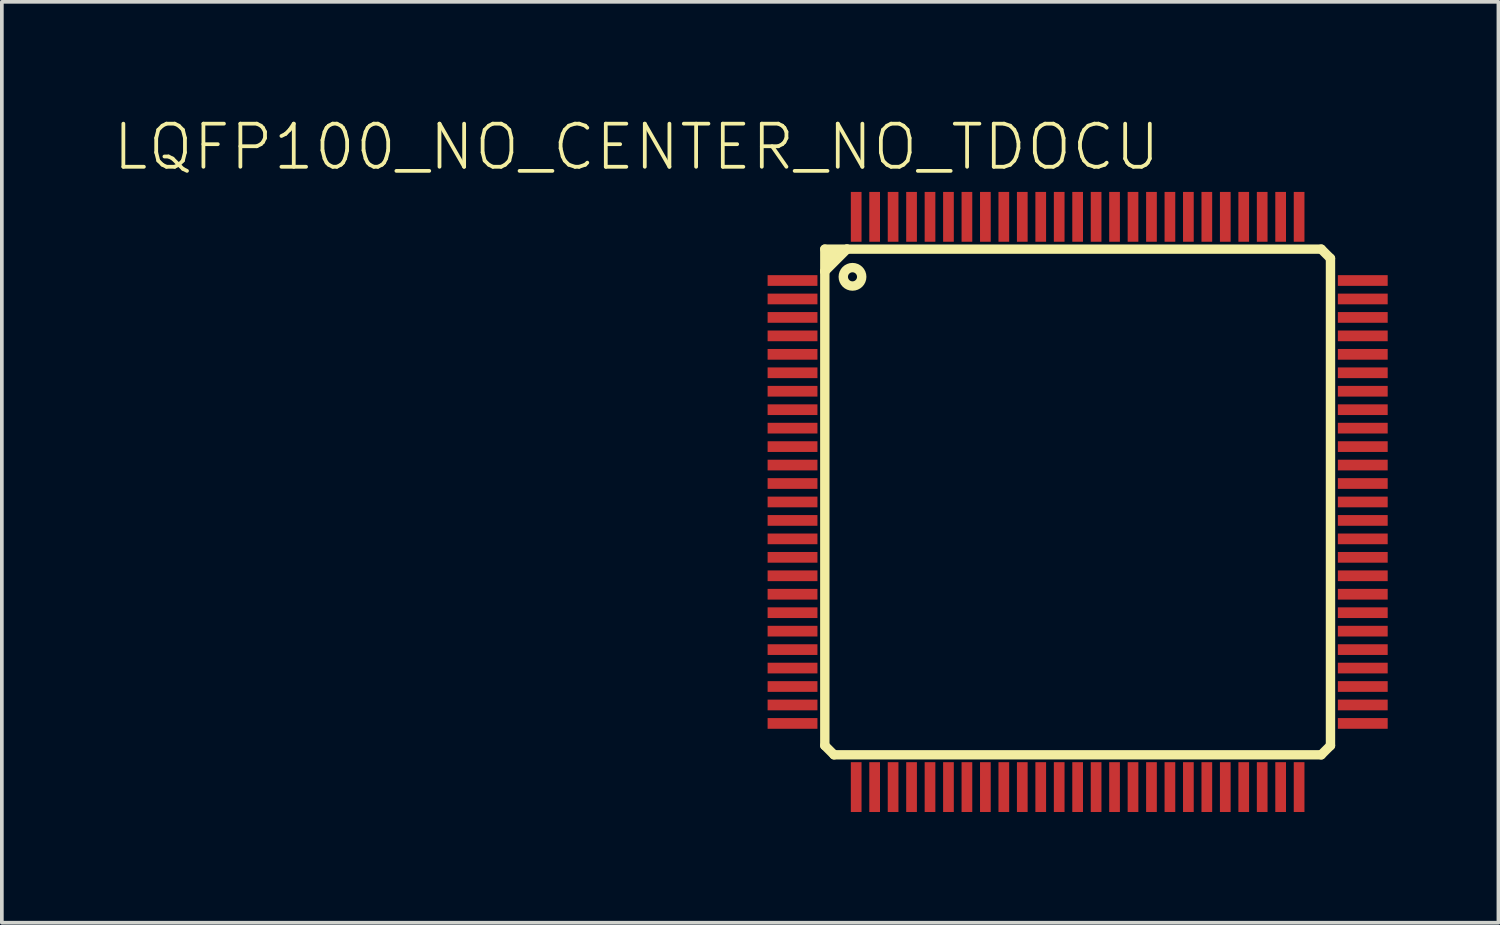
<source format=kicad_pcb>
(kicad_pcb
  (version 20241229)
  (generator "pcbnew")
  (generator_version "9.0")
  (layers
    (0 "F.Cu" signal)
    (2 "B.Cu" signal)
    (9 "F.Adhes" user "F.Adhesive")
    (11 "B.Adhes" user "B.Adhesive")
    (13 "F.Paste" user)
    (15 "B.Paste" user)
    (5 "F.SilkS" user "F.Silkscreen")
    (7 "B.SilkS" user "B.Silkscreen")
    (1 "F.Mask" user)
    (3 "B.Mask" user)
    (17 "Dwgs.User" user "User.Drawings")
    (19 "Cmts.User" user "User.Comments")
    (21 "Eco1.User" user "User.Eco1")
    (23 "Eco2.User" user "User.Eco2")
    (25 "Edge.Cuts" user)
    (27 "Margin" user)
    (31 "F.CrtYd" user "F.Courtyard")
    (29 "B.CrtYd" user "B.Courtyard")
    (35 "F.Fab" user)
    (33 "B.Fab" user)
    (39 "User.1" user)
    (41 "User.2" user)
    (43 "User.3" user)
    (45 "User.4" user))
  (footprint "LQFP100_NO_CENTER_NO_TDOCU"
    (layer "F.Cu")
    (at 26.147 10.55)
    (property "Reference" "LQFP100_NO_CENTER_NO_TDOCU" (at 2.3 -10.3 0) (layer "F.SilkS") (effects (font (size 1.168 1.168) (thickness 0.102)) (justify right top)))
    (attr smd)
    (fp_line (start -6.85 -6.85) (end -6.25 -6.85) (stroke (width 0.254) (type solid)) (layer "F.SilkS"))
    (fp_line (start -6.85 -6.25) (end -6.85 -6.85) (stroke (width 0.254) (type solid)) (layer "F.SilkS"))
    (fp_line (start -6.85 -6.25) (end -6.25 -6.85) (stroke (width 0.254) (type solid)) (layer "F.SilkS"))
    (fp_line (start -6.85 6.6) (end -6.85 -6.25) (stroke (width 0.254) (type solid)) (layer "F.SilkS"))
    (fp_line (start -6.65 -6.8) (end -6.65 -6.5) (stroke (width 0.254) (type solid)) (layer "F.SilkS"))
    (fp_line (start -6.6 6.85) (end -6.85 6.6) (stroke (width 0.254) (type solid)) (layer "F.SilkS"))
    (fp_line (start -6.25 -6.85) (end 6.6 -6.85) (stroke (width 0.254) (type solid)) (layer "F.SilkS"))
    (fp_line (start 6.6 -6.85) (end 6.85 -6.6) (stroke (width 0.254) (type solid)) (layer "F.SilkS"))
    (fp_line (start 6.6 6.85) (end -6.6 6.85) (stroke (width 0.254) (type solid)) (layer "F.SilkS"))
    (fp_line (start 6.85 -6.6) (end 6.85 6.6) (stroke (width 0.254) (type solid)) (layer "F.SilkS"))
    (fp_line (start 6.85 6.6) (end 6.6 6.85) (stroke (width 0.254) (type solid)) (layer "F.SilkS"))
    (fp_circle (center -6.1 -6.1) (end -5.85 -6.1) (stroke (width 0.254) (type solid)) (fill no) (layer "F.SilkS"))
    (pad "1" smd rect (at -7.725 -6) (size 1.35 0.29) (layers "F.Cu" "F.Mask" "F.Paste"))
    (pad "2" smd rect (at -7.725 -5.5) (size 1.35 0.29) (layers "F.Cu" "F.Mask" "F.Paste"))
    (pad "3" smd rect (at -7.725 -5) (size 1.35 0.29) (layers "F.Cu" "F.Mask" "F.Paste"))
    (pad "4" smd rect (at -7.725 -4.5) (size 1.35 0.29) (layers "F.Cu" "F.Mask" "F.Paste"))
    (pad "5" smd rect (at -7.725 -4) (size 1.35 0.29) (layers "F.Cu" "F.Mask" "F.Paste"))
    (pad "6" smd rect (at -7.725 -3.5) (size 1.35 0.29) (layers "F.Cu" "F.Mask" "F.Paste"))
    (pad "7" smd rect (at -7.725 -3) (size 1.35 0.29) (layers "F.Cu" "F.Mask" "F.Paste"))
    (pad "8" smd rect (at -7.725 -2.5) (size 1.35 0.29) (layers "F.Cu" "F.Mask" "F.Paste"))
    (pad "9" smd rect (at -7.725 -2) (size 1.35 0.29) (layers "F.Cu" "F.Mask" "F.Paste"))
    (pad "10" smd rect (at -7.725 -1.5) (size 1.35 0.29) (layers "F.Cu" "F.Mask" "F.Paste"))
    (pad "11" smd rect (at -7.725 -1) (size 1.35 0.29) (layers "F.Cu" "F.Mask" "F.Paste"))
    (pad "12" smd rect (at -7.725 -0.5) (size 1.35 0.29) (layers "F.Cu" "F.Mask" "F.Paste"))
    (pad "13" smd rect (at -7.725 0) (size 1.35 0.29) (layers "F.Cu" "F.Mask" "F.Paste"))
    (pad "14" smd rect (at -7.725 0.5) (size 1.35 0.29) (layers "F.Cu" "F.Mask" "F.Paste"))
    (pad "15" smd rect (at -7.725 1) (size 1.35 0.29) (layers "F.Cu" "F.Mask" "F.Paste"))
    (pad "16" smd rect (at -7.725 1.5) (size 1.35 0.29) (layers "F.Cu" "F.Mask" "F.Paste"))
    (pad "17" smd rect (at -7.725 2) (size 1.35 0.29) (layers "F.Cu" "F.Mask" "F.Paste"))
    (pad "18" smd rect (at -7.725 2.5) (size 1.35 0.29) (layers "F.Cu" "F.Mask" "F.Paste"))
    (pad "19" smd rect (at -7.725 3) (size 1.35 0.29) (layers "F.Cu" "F.Mask" "F.Paste"))
    (pad "20" smd rect (at -7.725 3.5) (size 1.35 0.29) (layers "F.Cu" "F.Mask" "F.Paste"))
    (pad "21" smd rect (at -7.725 4) (size 1.35 0.29) (layers "F.Cu" "F.Mask" "F.Paste"))
    (pad "22" smd rect (at -7.725 4.5) (size 1.35 0.29) (layers "F.Cu" "F.Mask" "F.Paste"))
    (pad "23" smd rect (at -7.725 5) (size 1.35 0.29) (layers "F.Cu" "F.Mask" "F.Paste"))
    (pad "24" smd rect (at -7.725 5.5) (size 1.35 0.29) (layers "F.Cu" "F.Mask" "F.Paste"))
    (pad "25" smd rect (at -7.725 6) (size 1.35 0.29) (layers "F.Cu" "F.Mask" "F.Paste"))
    (pad "26" smd rect (at -6 7.725 90) (size 1.35 0.29) (layers "F.Cu" "F.Mask" "F.Paste"))
    (pad "27" smd rect (at -5.5 7.725 90) (size 1.35 0.29) (layers "F.Cu" "F.Mask" "F.Paste"))
    (pad "28" smd rect (at -5 7.725 90) (size 1.35 0.29) (layers "F.Cu" "F.Mask" "F.Paste"))
    (pad "29" smd rect (at -4.5 7.725 90) (size 1.35 0.29) (layers "F.Cu" "F.Mask" "F.Paste"))
    (pad "30" smd rect (at -4 7.725 90) (size 1.35 0.29) (layers "F.Cu" "F.Mask" "F.Paste"))
    (pad "31" smd rect (at -3.5 7.725 90) (size 1.35 0.29) (layers "F.Cu" "F.Mask" "F.Paste"))
    (pad "32" smd rect (at -3 7.725 90) (size 1.35 0.29) (layers "F.Cu" "F.Mask" "F.Paste"))
    (pad "33" smd rect (at -2.5 7.725 90) (size 1.35 0.29) (layers "F.Cu" "F.Mask" "F.Paste"))
    (pad "34" smd rect (at -2 7.725 90) (size 1.35 0.29) (layers "F.Cu" "F.Mask" "F.Paste"))
    (pad "35" smd rect (at -1.5 7.725 90) (size 1.35 0.29) (layers "F.Cu" "F.Mask" "F.Paste"))
    (pad "36" smd rect (at -1 7.725 90) (size 1.35 0.29) (layers "F.Cu" "F.Mask" "F.Paste"))
    (pad "37" smd rect (at -0.5 7.725 90) (size 1.35 0.29) (layers "F.Cu" "F.Mask" "F.Paste"))
    (pad "38" smd rect (at 0 7.725 90) (size 1.35 0.29) (layers "F.Cu" "F.Mask" "F.Paste"))
    (pad "39" smd rect (at 0.5 7.725 90) (size 1.35 0.29) (layers "F.Cu" "F.Mask" "F.Paste"))
    (pad "40" smd rect (at 1 7.725 90) (size 1.35 0.29) (layers "F.Cu" "F.Mask" "F.Paste"))
    (pad "41" smd rect (at 1.5 7.725 90) (size 1.35 0.29) (layers "F.Cu" "F.Mask" "F.Paste"))
    (pad "42" smd rect (at 2 7.725 90) (size 1.35 0.29) (layers "F.Cu" "F.Mask" "F.Paste"))
    (pad "43" smd rect (at 2.5 7.725 90) (size 1.35 0.29) (layers "F.Cu" "F.Mask" "F.Paste"))
    (pad "44" smd rect (at 3 7.725 90) (size 1.35 0.29) (layers "F.Cu" "F.Mask" "F.Paste"))
    (pad "45" smd rect (at 3.5 7.725 90) (size 1.35 0.29) (layers "F.Cu" "F.Mask" "F.Paste"))
    (pad "46" smd rect (at 4 7.725 90) (size 1.35 0.29) (layers "F.Cu" "F.Mask" "F.Paste"))
    (pad "47" smd rect (at 4.5 7.725 90) (size 1.35 0.29) (layers "F.Cu" "F.Mask" "F.Paste"))
    (pad "48" smd rect (at 5 7.725 90) (size 1.35 0.29) (layers "F.Cu" "F.Mask" "F.Paste"))
    (pad "49" smd rect (at 5.5 7.725 90) (size 1.35 0.29) (layers "F.Cu" "F.Mask" "F.Paste"))
    (pad "50" smd rect (at 6 7.725 90) (size 1.35 0.29) (layers "F.Cu" "F.Mask" "F.Paste"))
    (pad "51" smd rect (at 7.725 6 180) (size 1.35 0.29) (layers "F.Cu" "F.Mask" "F.Paste"))
    (pad "52" smd rect (at 7.725 5.5 180) (size 1.35 0.29) (layers "F.Cu" "F.Mask" "F.Paste"))
    (pad "53" smd rect (at 7.725 5 180) (size 1.35 0.29) (layers "F.Cu" "F.Mask" "F.Paste"))
    (pad "54" smd rect (at 7.725 4.5 180) (size 1.35 0.29) (layers "F.Cu" "F.Mask" "F.Paste"))
    (pad "55" smd rect (at 7.725 4 180) (size 1.35 0.29) (layers "F.Cu" "F.Mask" "F.Paste"))
    (pad "56" smd rect (at 7.725 3.5 180) (size 1.35 0.29) (layers "F.Cu" "F.Mask" "F.Paste"))
    (pad "57" smd rect (at 7.725 3 180) (size 1.35 0.29) (layers "F.Cu" "F.Mask" "F.Paste"))
    (pad "58" smd rect (at 7.725 2.5 180) (size 1.35 0.29) (layers "F.Cu" "F.Mask" "F.Paste"))
    (pad "59" smd rect (at 7.725 2 180) (size 1.35 0.29) (layers "F.Cu" "F.Mask" "F.Paste"))
    (pad "60" smd rect (at 7.725 1.5 180) (size 1.35 0.29) (layers "F.Cu" "F.Mask" "F.Paste"))
    (pad "61" smd rect (at 7.725 1 180) (size 1.35 0.29) (layers "F.Cu" "F.Mask" "F.Paste"))
    (pad "62" smd rect (at 7.725 0.5 180) (size 1.35 0.29) (layers "F.Cu" "F.Mask" "F.Paste"))
    (pad "63" smd rect (at 7.725 0 180) (size 1.35 0.29) (layers "F.Cu" "F.Mask" "F.Paste"))
    (pad "64" smd rect (at 7.725 -0.5 180) (size 1.35 0.29) (layers "F.Cu" "F.Mask" "F.Paste"))
    (pad "65" smd rect (at 7.725 -1 180) (size 1.35 0.29) (layers "F.Cu" "F.Mask" "F.Paste"))
    (pad "66" smd rect (at 7.725 -1.5 180) (size 1.35 0.29) (layers "F.Cu" "F.Mask" "F.Paste"))
    (pad "67" smd rect (at 7.725 -2 180) (size 1.35 0.29) (layers "F.Cu" "F.Mask" "F.Paste"))
    (pad "68" smd rect (at 7.725 -2.5 180) (size 1.35 0.29) (layers "F.Cu" "F.Mask" "F.Paste"))
    (pad "69" smd rect (at 7.725 -3 180) (size 1.35 0.29) (layers "F.Cu" "F.Mask" "F.Paste"))
    (pad "70" smd rect (at 7.725 -3.5 180) (size 1.35 0.29) (layers "F.Cu" "F.Mask" "F.Paste"))
    (pad "71" smd rect (at 7.725 -4 180) (size 1.35 0.29) (layers "F.Cu" "F.Mask" "F.Paste"))
    (pad "72" smd rect (at 7.725 -4.5 180) (size 1.35 0.29) (layers "F.Cu" "F.Mask" "F.Paste"))
    (pad "73" smd rect (at 7.725 -5 180) (size 1.35 0.29) (layers "F.Cu" "F.Mask" "F.Paste"))
    (pad "74" smd rect (at 7.725 -5.5 180) (size 1.35 0.29) (layers "F.Cu" "F.Mask" "F.Paste"))
    (pad "75" smd rect (at 7.725 -6 180) (size 1.35 0.29) (layers "F.Cu" "F.Mask" "F.Paste"))
    (pad "76" smd rect (at 6 -7.725 270) (size 1.35 0.29) (layers "F.Cu" "F.Mask" "F.Paste"))
    (pad "77" smd rect (at 5.5 -7.725 270) (size 1.35 0.29) (layers "F.Cu" "F.Mask" "F.Paste"))
    (pad "78" smd rect (at 5 -7.725 270) (size 1.35 0.29) (layers "F.Cu" "F.Mask" "F.Paste"))
    (pad "79" smd rect (at 4.5 -7.725 270) (size 1.35 0.29) (layers "F.Cu" "F.Mask" "F.Paste"))
    (pad "80" smd rect (at 4 -7.725 270) (size 1.35 0.29) (layers "F.Cu" "F.Mask" "F.Paste"))
    (pad "81" smd rect (at 3.5 -7.725 270) (size 1.35 0.29) (layers "F.Cu" "F.Mask" "F.Paste"))
    (pad "82" smd rect (at 3 -7.725 270) (size 1.35 0.29) (layers "F.Cu" "F.Mask" "F.Paste"))
    (pad "83" smd rect (at 2.5 -7.725 270) (size 1.35 0.29) (layers "F.Cu" "F.Mask" "F.Paste"))
    (pad "84" smd rect (at 2 -7.725 270) (size 1.35 0.29) (layers "F.Cu" "F.Mask" "F.Paste"))
    (pad "85" smd rect (at 1.5 -7.725 270) (size 1.35 0.29) (layers "F.Cu" "F.Mask" "F.Paste"))
    (pad "86" smd rect (at 1 -7.725 270) (size 1.35 0.29) (layers "F.Cu" "F.Mask" "F.Paste"))
    (pad "87" smd rect (at 0.5 -7.725 270) (size 1.35 0.29) (layers "F.Cu" "F.Mask" "F.Paste"))
    (pad "88" smd rect (at 0 -7.725 270) (size 1.35 0.29) (layers "F.Cu" "F.Mask" "F.Paste"))
    (pad "89" smd rect (at -0.5 -7.725 270) (size 1.35 0.29) (layers "F.Cu" "F.Mask" "F.Paste"))
    (pad "90" smd rect (at -1 -7.725 270) (size 1.35 0.29) (layers "F.Cu" "F.Mask" "F.Paste"))
    (pad "91" smd rect (at -1.5 -7.725 270) (size 1.35 0.29) (layers "F.Cu" "F.Mask" "F.Paste"))
    (pad "92" smd rect (at -2 -7.725 270) (size 1.35 0.29) (layers "F.Cu" "F.Mask" "F.Paste"))
    (pad "93" smd rect (at -2.5 -7.725 270) (size 1.35 0.29) (layers "F.Cu" "F.Mask" "F.Paste"))
    (pad "94" smd rect (at -3 -7.725 270) (size 1.35 0.29) (layers "F.Cu" "F.Mask" "F.Paste"))
    (pad "95" smd rect (at -3.5 -7.725 270) (size 1.35 0.29) (layers "F.Cu" "F.Mask" "F.Paste"))
    (pad "96" smd rect (at -4 -7.725 270) (size 1.35 0.29) (layers "F.Cu" "F.Mask" "F.Paste"))
    (pad "97" smd rect (at -4.5 -7.725 270) (size 1.35 0.29) (layers "F.Cu" "F.Mask" "F.Paste"))
    (pad "98" smd rect (at -5 -7.725 270) (size 1.35 0.29) (layers "F.Cu" "F.Mask" "F.Paste"))
    (pad "99" smd rect (at -5.5 -7.725 270) (size 1.35 0.29) (layers "F.Cu" "F.Mask" "F.Paste"))
    (pad "100" smd rect (at -6 -7.725 270) (size 1.35 0.29) (layers "F.Cu" "F.Mask" "F.Paste")))
  (gr_rect
    (start -3 -3)
    (end 37.547 21.95)
    (stroke (width 0.1) (type default))
    (fill no)
    (layer "Edge.Cuts")))
</source>
